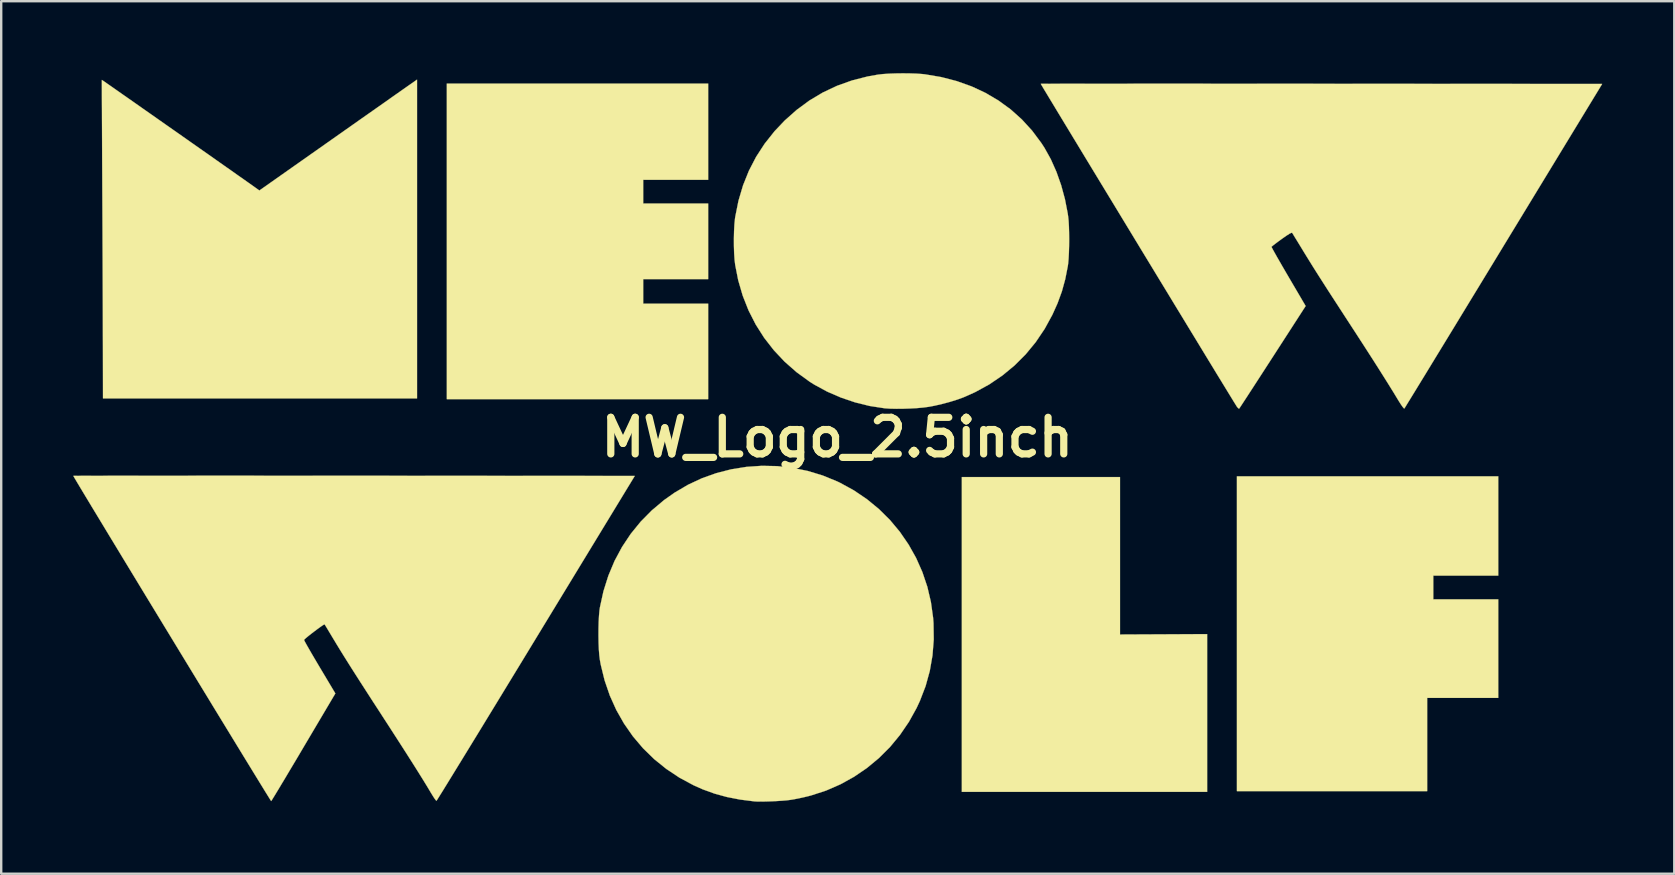
<source format=kicad_pcb>
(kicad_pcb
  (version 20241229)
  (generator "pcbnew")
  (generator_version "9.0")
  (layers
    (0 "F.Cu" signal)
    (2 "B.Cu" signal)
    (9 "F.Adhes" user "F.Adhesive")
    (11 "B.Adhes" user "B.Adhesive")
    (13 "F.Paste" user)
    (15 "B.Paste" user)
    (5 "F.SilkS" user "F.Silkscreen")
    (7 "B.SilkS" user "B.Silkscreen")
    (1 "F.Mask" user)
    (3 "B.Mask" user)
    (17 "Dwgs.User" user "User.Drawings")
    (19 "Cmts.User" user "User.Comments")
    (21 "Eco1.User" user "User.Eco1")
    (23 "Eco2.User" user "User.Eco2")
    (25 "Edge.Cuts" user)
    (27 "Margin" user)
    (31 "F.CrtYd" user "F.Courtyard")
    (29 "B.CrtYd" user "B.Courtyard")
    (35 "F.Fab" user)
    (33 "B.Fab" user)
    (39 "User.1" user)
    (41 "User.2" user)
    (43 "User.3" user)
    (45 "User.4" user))
  (footprint "MW_Logo_2.5inch"
    (layer "F.Cu")
    (at 31.828 15.168)
    (property "Reference" "MW_Logo_2.5inch" (at 0 0 0) (layer "F.SilkS") (effects (font (size 1.524 1.524) (thickness 0.3))))
    (attr through_hole)
    (fp_poly (pts (xy 11.777 8.213) (xy 13.591 8.205) (xy 15.406 8.196) (xy 15.406 11.483) (xy 15.406 14.769) (xy 5.188 14.769) (xy 5.188 1.655) (xy 11.777 1.655) (xy 11.777 8.213)) (stroke (width 0.01) (type solid)) (fill yes) (layer "F.SilkS"))
    (fp_poly (pts (xy 27.533 5.761) (xy 24.827 5.761) (xy 24.827 6.748) (xy 27.533 6.748) (xy 27.533 10.854) (xy 24.572 10.854) (xy 24.572 14.737) (xy 16.647 14.737) (xy 16.647 1.623) (xy 27.533 1.623) (xy 27.533 5.761)) (stroke (width 0.01) (type solid)) (fill yes) (layer "F.SilkS"))
    (fp_poly (pts (xy -5.379 -10.727) (xy -8.085 -10.727) (xy -8.085 -9.74) (xy -5.379 -9.74) (xy -5.379 -6.589) (xy -8.085 -6.589) (xy -8.085 -5.57) (xy -5.379 -5.57) (xy -5.379 -1.591) (xy -16.265 -1.591) (xy -16.265 -14.737) (xy -5.379 -14.737) (xy -5.379 -10.727)) (stroke (width 0.01) (type solid)) (fill yes) (layer "F.SilkS"))
    (fp_poly (pts (xy -17.506 -1.623) (xy -30.588 -1.623) (xy -30.591 -3.78) (xy -30.592 -4.084) (xy -30.593 -4.445) (xy -30.594 -4.858) (xy -30.595 -5.315) (xy -30.597 -5.811) (xy -30.599 -6.339) (xy -30.601 -6.892) (xy -30.603 -7.465) (xy -30.606 -8.051) (xy -30.608 -8.644) (xy -30.611 -9.238) (xy -30.614 -9.825) (xy -30.617 -10.401) (xy -30.617 -10.408) (xy -30.619 -10.937) (xy -30.622 -11.447) (xy -30.624 -11.937) (xy -30.626 -12.401) (xy -30.628 -12.837) (xy -30.63 -13.241) (xy -30.631 -13.61) (xy -30.633 -13.939) (xy -30.634 -14.225) (xy -30.634 -14.465) (xy -30.635 -14.655) (xy -30.635 -14.791) (xy -30.635 -14.869) (xy -30.634 -14.889) (xy -30.609 -14.872) (xy -30.534 -14.821) (xy -30.416 -14.738) (xy -30.256 -14.627) (xy -30.06 -14.49) (xy -29.831 -14.329) (xy -29.572 -14.148) (xy -29.287 -13.949) (xy -28.981 -13.734) (xy -28.657 -13.507) (xy -28.318 -13.269) (xy -27.969 -13.024) (xy -27.613 -12.775) (xy -27.254 -12.523) (xy -26.896 -12.271) (xy -26.542 -12.023) (xy -26.197 -11.781) (xy -25.865 -11.547) (xy -25.548 -11.324) (xy -25.25 -11.115) (xy -24.977 -10.922) (xy -24.73 -10.749) (xy -24.515 -10.597) (xy -24.335 -10.469) (xy -24.193 -10.369) (xy -24.155 -10.342) (xy -24.073 -10.283) (xy -21.084 -12.387) (xy -20.687 -12.666) (xy -20.301 -12.938) (xy -19.929 -13.2) (xy -19.574 -13.449) (xy -19.241 -13.683) (xy -18.932 -13.9) (xy -18.653 -14.097) (xy -18.406 -14.271) (xy -18.195 -14.419) (xy -18.024 -14.539) (xy -17.896 -14.629) (xy -17.816 -14.685) (xy -17.801 -14.695) (xy -17.506 -14.901) (xy -17.506 -1.623)) (stroke (width 0.01) (type solid)) (fill yes) (layer "F.SilkS"))
    (fp_poly (pts (xy -2.503 1.199) (xy -1.864 1.271) (xy -1.232 1.4) (xy -0.611 1.588) (xy -0.007 1.835) (xy 0.111 1.891) (xy 0.693 2.21) (xy 1.235 2.577) (xy 1.736 2.989) (xy 2.194 3.443) (xy 2.606 3.936) (xy 2.969 4.464) (xy 3.283 5.023) (xy 3.544 5.611) (xy 3.751 6.225) (xy 3.9 6.86) (xy 3.991 7.513) (xy 4.008 7.74) (xy 4.018 8.42) (xy 3.966 9.083) (xy 3.853 9.73) (xy 3.679 10.361) (xy 3.442 10.977) (xy 3.304 11.274) (xy 2.982 11.854) (xy 2.611 12.397) (xy 2.195 12.9) (xy 1.735 13.359) (xy 1.237 13.772) (xy 0.702 14.137) (xy 0.135 14.451) (xy -0.462 14.712) (xy -1.085 14.915) (xy -1.194 14.944) (xy -1.389 14.991) (xy -1.604 15.038) (xy -1.809 15.078) (xy -1.955 15.102) (xy -2.109 15.121) (xy -2.304 15.137) (xy -2.525 15.151) (xy -2.755 15.162) (xy -2.98 15.169) (xy -3.184 15.172) (xy -3.353 15.17) (xy -3.454 15.164) (xy -4.048 15.089) (xy -4.597 14.982) (xy -5.113 14.841) (xy -5.607 14.662) (xy -5.978 14.497) (xy -6.568 14.181) (xy -7.119 13.815) (xy -7.628 13.404) (xy -8.093 12.95) (xy -8.513 12.455) (xy -8.884 11.922) (xy -9.206 11.355) (xy -9.476 10.755) (xy -9.692 10.125) (xy -9.853 9.468) (xy -9.89 9.265) (xy -9.914 9.074) (xy -9.932 8.836) (xy -9.943 8.564) (xy -9.948 8.272) (xy -9.947 7.977) (xy -9.94 7.691) (xy -9.926 7.43) (xy -9.906 7.207) (xy -9.888 7.083) (xy -9.74 6.408) (xy -9.536 5.762) (xy -9.278 5.147) (xy -8.967 4.567) (xy -8.604 4.021) (xy -8.19 3.512) (xy -7.726 3.042) (xy -7.214 2.612) (xy -6.779 2.305) (xy -6.222 1.977) (xy -5.64 1.705) (xy -5.036 1.49) (xy -4.415 1.331) (xy -3.783 1.23) (xy -3.144 1.186) (xy -2.503 1.199)) (stroke (width 0.01) (type solid)) (fill yes) (layer "F.SilkS"))
    (fp_poly (pts (xy 3.023 -15.16) (xy 3.3 -15.151) (xy 3.541 -15.134) (xy 3.644 -15.123) (xy 4.326 -15.008) (xy 4.975 -14.84) (xy 5.592 -14.62) (xy 6.173 -14.349) (xy 6.718 -14.028) (xy 7.224 -13.659) (xy 7.69 -13.241) (xy 8.115 -12.776) (xy 8.497 -12.265) (xy 8.632 -12.057) (xy 8.896 -11.583) (xy 9.128 -11.062) (xy 9.325 -10.505) (xy 9.483 -9.923) (xy 9.599 -9.326) (xy 9.617 -9.199) (xy 9.636 -9.016) (xy 9.649 -8.787) (xy 9.656 -8.525) (xy 9.659 -8.246) (xy 9.656 -7.963) (xy 9.648 -7.69) (xy 9.635 -7.444) (xy 9.617 -7.237) (xy 9.603 -7.134) (xy 9.496 -6.59) (xy 9.356 -6.08) (xy 9.174 -5.583) (xy 8.961 -5.109) (xy 8.638 -4.518) (xy 8.267 -3.968) (xy 7.849 -3.46) (xy 7.385 -2.996) (xy 6.879 -2.578) (xy 6.331 -2.206) (xy 5.744 -1.884) (xy 5.265 -1.67) (xy 4.999 -1.573) (xy 4.691 -1.477) (xy 4.362 -1.389) (xy 4.034 -1.314) (xy 3.804 -1.271) (xy 3.585 -1.242) (xy 3.323 -1.218) (xy 3.034 -1.202) (xy 2.737 -1.192) (xy 2.449 -1.19) (xy 2.187 -1.196) (xy 1.97 -1.211) (xy 1.958 -1.213) (xy 1.349 -1.307) (xy 0.743 -1.457) (xy 0.149 -1.658) (xy -0.421 -1.905) (xy -0.955 -2.195) (xy -1.146 -2.315) (xy -1.692 -2.711) (xy -2.192 -3.15) (xy -2.643 -3.63) (xy -3.046 -4.147) (xy -3.397 -4.699) (xy -3.695 -5.284) (xy -3.939 -5.9) (xy -4.127 -6.543) (xy -4.252 -7.178) (xy -4.279 -7.404) (xy -4.297 -7.676) (xy -4.306 -7.976) (xy -4.307 -8.287) (xy -4.3 -8.592) (xy -4.285 -8.874) (xy -4.261 -9.116) (xy -4.251 -9.183) (xy -4.116 -9.856) (xy -3.926 -10.497) (xy -3.681 -11.107) (xy -3.381 -11.685) (xy -3.024 -12.234) (xy -2.611 -12.754) (xy -2.192 -13.196) (xy -1.69 -13.642) (xy -1.159 -14.033) (xy -0.598 -14.367) (xy -0.007 -14.645) (xy 0.614 -14.867) (xy 1.266 -15.033) (xy 1.687 -15.108) (xy 1.893 -15.132) (xy 2.146 -15.149) (xy 2.43 -15.159) (xy 2.728 -15.163) (xy 3.023 -15.16)) (stroke (width 0.01) (type solid)) (fill yes) (layer "F.SilkS"))
    (fp_poly (pts (xy -25.178 1.597) (xy -24.43 1.597) (xy -23.656 1.598) (xy -22.858 1.598) (xy -22.04 1.598) (xy -21.202 1.599) (xy -20.347 1.599) (xy -20.122 1.599) (xy -8.436 1.607) (xy -12.551 8.369) (xy -12.918 8.972) (xy -13.276 9.56) (xy -13.625 10.132) (xy -13.962 10.685) (xy -14.286 11.216) (xy -14.596 11.724) (xy -14.89 12.206) (xy -15.168 12.66) (xy -15.427 13.083) (xy -15.666 13.473) (xy -15.884 13.828) (xy -16.079 14.146) (xy -16.25 14.424) (xy -16.395 14.66) (xy -16.514 14.851) (xy -16.604 14.996) (xy -16.664 15.092) (xy -16.694 15.136) (xy -16.696 15.139) (xy -16.723 15.117) (xy -16.774 15.049) (xy -16.841 14.947) (xy -16.917 14.823) (xy -17.056 14.59) (xy -17.23 14.305) (xy -17.438 13.971) (xy -17.68 13.587) (xy -17.954 13.156) (xy -18.26 12.679) (xy -18.597 12.156) (xy -18.964 11.59) (xy -19.013 11.513) (xy -19.341 11.009) (xy -19.635 10.553) (xy -19.9 10.141) (xy -20.139 9.768) (xy -20.353 9.43) (xy -20.546 9.122) (xy -20.721 8.84) (xy -20.88 8.579) (xy -21.027 8.335) (xy -21.072 8.26) (xy -21.163 8.108) (xy -21.242 7.976) (xy -21.305 7.872) (xy -21.346 7.807) (xy -21.357 7.79) (xy -21.387 7.801) (xy -21.456 7.844) (xy -21.554 7.913) (xy -21.671 7.998) (xy -21.797 8.093) (xy -21.923 8.189) (xy -22.037 8.28) (xy -22.13 8.357) (xy -22.192 8.413) (xy -22.212 8.437) (xy -22.199 8.471) (xy -22.156 8.552) (xy -22.087 8.676) (xy -21.995 8.837) (xy -21.884 9.029) (xy -21.757 9.245) (xy -21.618 9.48) (xy -21.566 9.568) (xy -20.909 10.668) (xy -22.236 12.909) (xy -22.44 13.255) (xy -22.636 13.584) (xy -22.82 13.892) (xy -22.989 14.177) (xy -23.143 14.433) (xy -23.277 14.656) (xy -23.39 14.843) (xy -23.479 14.989) (xy -23.542 15.091) (xy -23.577 15.144) (xy -23.582 15.151) (xy -23.6 15.124) (xy -23.65 15.045) (xy -23.73 14.916) (xy -23.839 14.74) (xy -23.975 14.519) (xy -24.137 14.255) (xy -24.324 13.95) (xy -24.534 13.607) (xy -24.766 13.228) (xy -25.018 12.816) (xy -25.289 12.372) (xy -25.578 11.899) (xy -25.883 11.4) (xy -26.202 10.876) (xy -26.535 10.33) (xy -26.88 9.764) (xy -27.235 9.181) (xy -27.599 8.583) (xy -27.719 8.385) (xy -28.086 7.783) (xy -28.444 7.194) (xy -28.792 6.622) (xy -29.128 6.069) (xy -29.45 5.538) (xy -29.759 5.03) (xy -30.051 4.547) (xy -30.327 4.093) (xy -30.583 3.669) (xy -30.82 3.278) (xy -31.035 2.923) (xy -31.227 2.604) (xy -31.395 2.326) (xy -31.537 2.089) (xy -31.652 1.897) (xy -31.739 1.751) (xy -31.796 1.654) (xy -31.821 1.609) (xy -31.823 1.606) (xy -31.79 1.605) (xy -31.696 1.604) (xy -31.543 1.603) (xy -31.333 1.602) (xy -31.068 1.601) (xy -30.751 1.601) (xy -30.383 1.6) (xy -29.967 1.599) (xy -29.506 1.599) (xy -29 1.598) (xy -28.454 1.598) (xy -27.868 1.598) (xy -27.245 1.598) (xy -26.588 1.597) (xy -25.898 1.597) (xy -25.178 1.597)) (stroke (width 0.01) (type solid)) (fill yes) (layer "F.SilkS"))
    (fp_poly (pts (xy 14.398 -14.732) (xy 15.118 -14.732) (xy 15.866 -14.731) (xy 16.64 -14.731) (xy 17.437 -14.731) (xy 18.256 -14.73) (xy 19.094 -14.73) (xy 19.949 -14.729) (xy 20.175 -14.729) (xy 31.861 -14.721) (xy 27.754 -7.974) (xy 27.388 -7.372) (xy 27.03 -6.784) (xy 26.682 -6.212) (xy 26.345 -5.66) (xy 26.021 -5.128) (xy 25.712 -4.62) (xy 25.418 -4.138) (xy 25.141 -3.684) (xy 24.882 -3.26) (xy 24.644 -2.869) (xy 24.427 -2.514) (xy 24.232 -2.196) (xy 24.062 -1.917) (xy 23.917 -1.681) (xy 23.799 -1.489) (xy 23.71 -1.344) (xy 23.651 -1.247) (xy 23.622 -1.203) (xy 23.62 -1.2) (xy 23.595 -1.215) (xy 23.544 -1.277) (xy 23.476 -1.375) (xy 23.395 -1.503) (xy 23.376 -1.533) (xy 23.163 -1.885) (xy 22.913 -2.287) (xy 22.628 -2.74) (xy 22.309 -3.242) (xy 21.955 -3.792) (xy 21.568 -4.39) (xy 21.411 -4.631) (xy 21.126 -5.069) (xy 20.873 -5.459) (xy 20.647 -5.807) (xy 20.445 -6.119) (xy 20.265 -6.4) (xy 20.101 -6.657) (xy 19.95 -6.894) (xy 19.809 -7.118) (xy 19.675 -7.334) (xy 19.542 -7.548) (xy 19.409 -7.766) (xy 19.38 -7.814) (xy 19.266 -8.001) (xy 19.162 -8.171) (xy 19.073 -8.315) (xy 19.005 -8.427) (xy 18.961 -8.499) (xy 18.947 -8.52) (xy 18.915 -8.52) (xy 18.84 -8.484) (xy 18.722 -8.409) (xy 18.557 -8.294) (xy 18.51 -8.261) (xy 18.369 -8.158) (xy 18.248 -8.067) (xy 18.155 -7.995) (xy 18.1 -7.949) (xy 18.088 -7.936) (xy 18.102 -7.904) (xy 18.145 -7.822) (xy 18.214 -7.697) (xy 18.305 -7.535) (xy 18.417 -7.34) (xy 18.544 -7.119) (xy 18.685 -6.877) (xy 18.794 -6.69) (xy 19.51 -5.471) (xy 18.139 -3.348) (xy 17.924 -3.016) (xy 17.719 -2.699) (xy 17.526 -2.401) (xy 17.348 -2.126) (xy 17.188 -1.88) (xy 17.048 -1.664) (xy 16.931 -1.485) (xy 16.84 -1.346) (xy 16.777 -1.25) (xy 16.745 -1.202) (xy 16.742 -1.198) (xy 16.711 -1.205) (xy 16.663 -1.256) (xy 16.636 -1.293) (xy 16.602 -1.349) (xy 16.536 -1.454) (xy 16.443 -1.607) (xy 16.322 -1.804) (xy 16.176 -2.043) (xy 16.007 -2.32) (xy 15.815 -2.633) (xy 15.604 -2.98) (xy 15.375 -3.356) (xy 15.129 -3.76) (xy 14.868 -4.189) (xy 14.594 -4.639) (xy 14.308 -5.109) (xy 14.013 -5.594) (xy 13.71 -6.093) (xy 13.4 -6.602) (xy 13.086 -7.119) (xy 12.769 -7.64) (xy 12.451 -8.164) (xy 12.134 -8.686) (xy 11.819 -9.205) (xy 11.508 -9.718) (xy 11.202 -10.221) (xy 10.904 -10.712) (xy 10.615 -11.188) (xy 10.337 -11.646) (xy 10.072 -12.084) (xy 9.821 -12.498) (xy 9.586 -12.886) (xy 9.369 -13.244) (xy 9.171 -13.571) (xy 8.995 -13.863) (xy 8.841 -14.117) (xy 8.712 -14.331) (xy 8.609 -14.502) (xy 8.535 -14.626) (xy 8.49 -14.702) (xy 8.477 -14.726) (xy 8.509 -14.727) (xy 8.603 -14.727) (xy 8.756 -14.728) (xy 8.965 -14.729) (xy 9.23 -14.729) (xy 9.547 -14.73) (xy 9.915 -14.73) (xy 10.33 -14.731) (xy 10.792 -14.731) (xy 11.297 -14.731) (xy 11.843 -14.731) (xy 12.429 -14.732) (xy 13.051 -14.732) (xy 13.709 -14.732) (xy 14.398 -14.732)) (stroke (width 0.01) (type solid)) (fill yes) (layer "F.SilkS")))
  (gr_rect
    (start -3 -3)
    (end 66.694 33.346)
    (stroke (width 0.1) (type default))
    (fill no)
    (layer "Edge.Cuts")))
</source>
